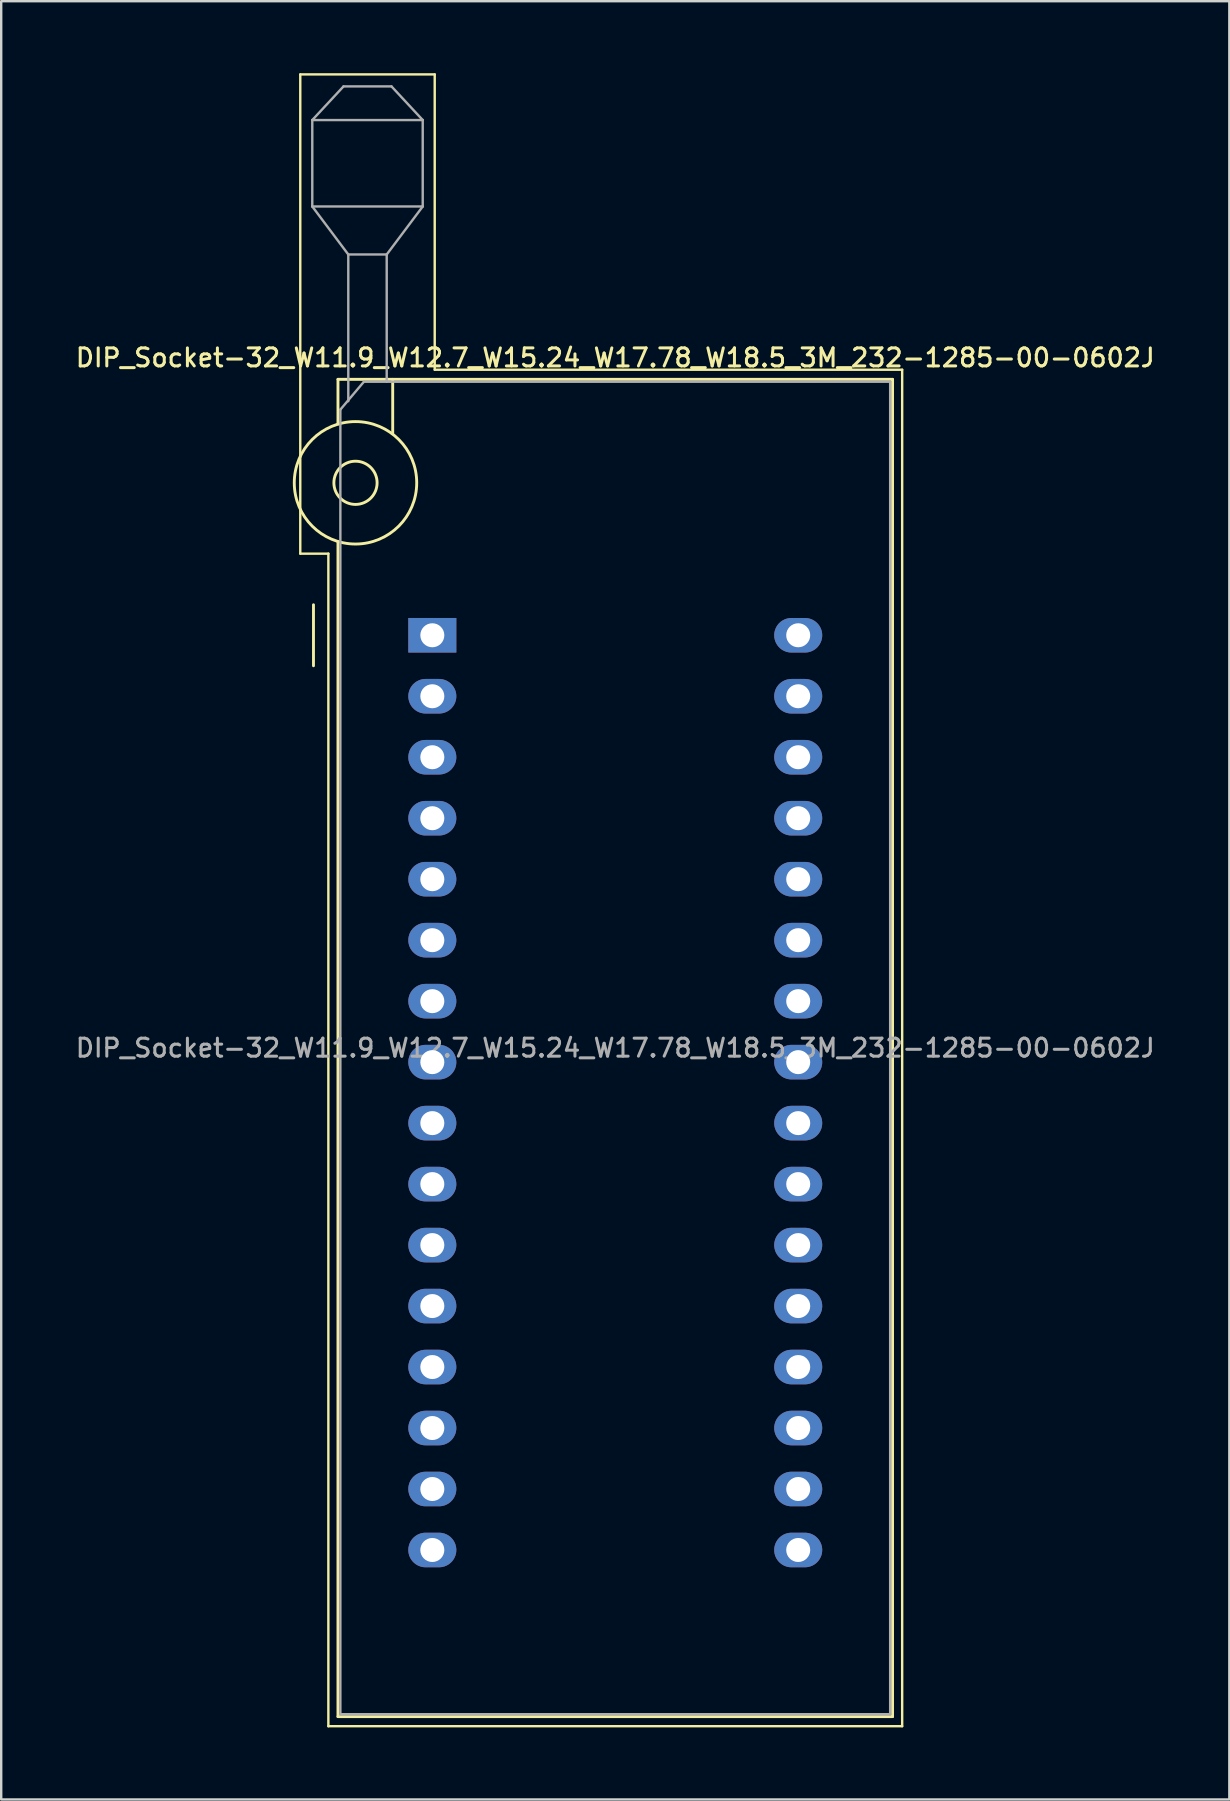
<source format=kicad_pcb>
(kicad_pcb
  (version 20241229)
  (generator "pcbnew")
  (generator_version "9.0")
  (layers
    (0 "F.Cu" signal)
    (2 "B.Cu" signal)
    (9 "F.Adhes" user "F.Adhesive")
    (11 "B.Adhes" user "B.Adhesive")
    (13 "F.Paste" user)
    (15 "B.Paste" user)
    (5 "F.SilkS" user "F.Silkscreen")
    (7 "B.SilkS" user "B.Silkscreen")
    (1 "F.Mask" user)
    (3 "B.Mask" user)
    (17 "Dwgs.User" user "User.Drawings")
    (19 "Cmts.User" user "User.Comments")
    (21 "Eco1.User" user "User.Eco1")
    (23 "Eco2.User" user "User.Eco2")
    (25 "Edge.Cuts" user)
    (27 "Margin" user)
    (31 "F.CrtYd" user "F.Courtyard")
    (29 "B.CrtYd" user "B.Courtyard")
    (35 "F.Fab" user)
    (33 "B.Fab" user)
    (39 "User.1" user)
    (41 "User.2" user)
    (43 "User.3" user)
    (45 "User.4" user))
  (footprint "DIP_Socket-32_W11.9_W12.7_W15.24_W17.78_W18.5_3M_232-1285-00-0602J"
    (layer "F.Cu")
    (at 14.957 23.41)
    (property "Reference" "DIP_Socket-32_W11.9_W12.7_W15.24_W17.78_W18.5_3M_232-1285-00-0602J" (at 7.62 -11.56 0) (layer "F.SilkS") (effects (font (size 0.75 0.75) (thickness 0.125))))
    (attr through_hole)
    (fp_line (start -5.5 -23.36) (end 0.1 -23.36) (stroke (width 0.1) (type solid)) (layer "F.SilkS"))
    (fp_line (start -5.5 -3.4) (end -5.5 -23.36) (stroke (width 0.1) (type solid)) (layer "F.SilkS"))
    (fp_line (start -4.95 1.27) (end -4.95 -1.27) (stroke (width 0.12) (type solid)) (layer "F.SilkS"))
    (fp_line (start -4.33 -3.4) (end -5.5 -3.4) (stroke (width 0.1) (type solid)) (layer "F.SilkS"))
    (fp_line (start -4.33 45.44) (end -4.33 -3.4) (stroke (width 0.1) (type solid)) (layer "F.SilkS"))
    (fp_line (start -3.93 -10.66) (end -3.93 -8.8) (stroke (width 0.12) (type solid)) (layer "F.SilkS"))
    (fp_line (start -3.93 -3.9) (end -3.93 45.04) (stroke (width 0.12) (type solid)) (layer "F.SilkS"))
    (fp_line (start -3.93 45.04) (end 19.17 45.04) (stroke (width 0.12) (type solid)) (layer "F.SilkS"))
    (fp_line (start -1.65 -10.66) (end -1.65 -8.4) (stroke (width 0.12) (type solid)) (layer "F.SilkS"))
    (fp_line (start 0.1 -23.36) (end 0.1 -11.06) (stroke (width 0.1) (type solid)) (layer "F.SilkS"))
    (fp_line (start 0.1 -11.06) (end 19.57 -11.06) (stroke (width 0.1) (type solid)) (layer "F.SilkS"))
    (fp_line (start 19.17 -10.66) (end -3.93 -10.66) (stroke (width 0.12) (type solid)) (layer "F.SilkS"))
    (fp_line (start 19.17 45.04) (end 19.17 -10.66) (stroke (width 0.12) (type solid)) (layer "F.SilkS"))
    (fp_line (start 19.57 -11.06) (end 19.57 45.44) (stroke (width 0.1) (type solid)) (layer "F.SilkS"))
    (fp_line (start 19.57 45.44) (end -4.33 45.44) (stroke (width 0.1) (type solid)) (layer "F.SilkS"))
    (fp_circle (center -3.2 -6.35) (end -2.3 -6.35) (stroke (width 0.12) (type solid)) (fill no) (layer "F.SilkS"))
    (fp_circle (center -3.2 -6.35) (end -0.65 -6.35) (stroke (width 0.12) (type solid)) (fill no) (layer "F.SilkS"))
    (fp_line (start -5 -21.46) (end -5 -17.86) (stroke (width 0.1) (type solid)) (layer "F.Fab"))
    (fp_line (start -5 -21.46) (end -3.7 -22.86) (stroke (width 0.1) (type solid)) (layer "F.Fab"))
    (fp_line (start -5 -17.86) (end -3.5 -15.86) (stroke (width 0.1) (type solid)) (layer "F.Fab"))
    (fp_line (start -5 -17.86) (end -0.4 -17.86) (stroke (width 0.1) (type solid)) (layer "F.Fab"))
    (fp_line (start -3.83 -9.4) (end -2.85 -10.56) (stroke (width 0.1) (type solid)) (layer "F.Fab"))
    (fp_line (start -3.83 44.94) (end -3.83 -9.4) (stroke (width 0.1) (type solid)) (layer "F.Fab"))
    (fp_line (start -3.7 -22.86) (end -1.7 -22.86) (stroke (width 0.1) (type solid)) (layer "F.Fab"))
    (fp_line (start -3.5 -15.86) (end -1.9 -15.86) (stroke (width 0.1) (type solid)) (layer "F.Fab"))
    (fp_line (start -3.5 -9.75) (end -3.5 -15.86) (stroke (width 0.1) (type solid)) (layer "F.Fab"))
    (fp_line (start -2.85 -10.56) (end 19.07 -10.56) (stroke (width 0.1) (type solid)) (layer "F.Fab"))
    (fp_line (start -1.9 -15.86) (end -1.9 -10.56) (stroke (width 0.1) (type solid)) (layer "F.Fab"))
    (fp_line (start -1.7 -22.86) (end -0.4 -21.46) (stroke (width 0.1) (type solid)) (layer "F.Fab"))
    (fp_line (start -0.4 -21.46) (end -5 -21.46) (stroke (width 0.1) (type solid)) (layer "F.Fab"))
    (fp_line (start -0.4 -17.86) (end -1.9 -15.86) (stroke (width 0.1) (type solid)) (layer "F.Fab"))
    (fp_line (start -0.4 -17.86) (end -0.4 -21.46) (stroke (width 0.1) (type solid)) (layer "F.Fab"))
    (fp_line (start 19.07 -10.56) (end 19.07 44.94) (stroke (width 0.1) (type solid)) (layer "F.Fab"))
    (fp_line (start 19.07 44.94) (end -3.83 44.94) (stroke (width 0.1) (type solid)) (layer "F.Fab"))
    (fp_text user "${REFERENCE}" (at 7.62 17.19 0) (layer "F.Fab") (effects (font (size 0.75 0.75) (thickness 0.125))))
    (pad "1" thru_hole rect (at 0 0) (size 2 1.44) (drill 1) (layers "*.Cu" "*.Mask"))
    (pad "2" thru_hole oval (at 0 2.54) (size 2 1.44) (drill 1) (layers "*.Cu" "*.Mask"))
    (pad "3" thru_hole oval (at 0 5.08) (size 2 1.44) (drill 1) (layers "*.Cu" "*.Mask"))
    (pad "4" thru_hole oval (at 0 7.62) (size 2 1.44) (drill 1) (layers "*.Cu" "*.Mask"))
    (pad "5" thru_hole oval (at 0 10.16) (size 2 1.44) (drill 1) (layers "*.Cu" "*.Mask"))
    (pad "6" thru_hole oval (at 0 12.7) (size 2 1.44) (drill 1) (layers "*.Cu" "*.Mask"))
    (pad "7" thru_hole oval (at 0 15.24) (size 2 1.44) (drill 1) (layers "*.Cu" "*.Mask"))
    (pad "8" thru_hole oval (at 0 17.78) (size 2 1.44) (drill 1) (layers "*.Cu" "*.Mask"))
    (pad "9" thru_hole oval (at 0 20.32) (size 2 1.44) (drill 1) (layers "*.Cu" "*.Mask"))
    (pad "10" thru_hole oval (at 0 22.86) (size 2 1.44) (drill 1) (layers "*.Cu" "*.Mask"))
    (pad "11" thru_hole oval (at 0 25.4) (size 2 1.44) (drill 1) (layers "*.Cu" "*.Mask"))
    (pad "12" thru_hole oval (at 0 27.94) (size 2 1.44) (drill 1) (layers "*.Cu" "*.Mask"))
    (pad "13" thru_hole oval (at 0 30.48) (size 2 1.44) (drill 1) (layers "*.Cu" "*.Mask"))
    (pad "14" thru_hole oval (at 0 33.02) (size 2 1.44) (drill 1) (layers "*.Cu" "*.Mask"))
    (pad "15" thru_hole oval (at 0 35.56) (size 2 1.44) (drill 1) (layers "*.Cu" "*.Mask"))
    (pad "16" thru_hole oval (at 0 38.1) (size 2 1.44) (drill 1) (layers "*.Cu" "*.Mask"))
    (pad "17" thru_hole oval (at 15.24 38.1) (size 2 1.44) (drill 1) (layers "*.Cu" "*.Mask"))
    (pad "18" thru_hole oval (at 15.24 35.56) (size 2 1.44) (drill 1) (layers "*.Cu" "*.Mask"))
    (pad "19" thru_hole oval (at 15.24 33.02) (size 2 1.44) (drill 1) (layers "*.Cu" "*.Mask"))
    (pad "20" thru_hole oval (at 15.24 30.48) (size 2 1.44) (drill 1) (layers "*.Cu" "*.Mask"))
    (pad "21" thru_hole oval (at 15.24 27.94) (size 2 1.44) (drill 1) (layers "*.Cu" "*.Mask"))
    (pad "22" thru_hole oval (at 15.24 25.4) (size 2 1.44) (drill 1) (layers "*.Cu" "*.Mask"))
    (pad "23" thru_hole oval (at 15.24 22.86) (size 2 1.44) (drill 1) (layers "*.Cu" "*.Mask"))
    (pad "24" thru_hole oval (at 15.24 20.32) (size 2 1.44) (drill 1) (layers "*.Cu" "*.Mask"))
    (pad "25" thru_hole oval (at 15.24 17.78) (size 2 1.44) (drill 1) (layers "*.Cu" "*.Mask"))
    (pad "26" thru_hole oval (at 15.24 15.24) (size 2 1.44) (drill 1) (layers "*.Cu" "*.Mask"))
    (pad "27" thru_hole oval (at 15.24 12.7) (size 2 1.44) (drill 1) (layers "*.Cu" "*.Mask"))
    (pad "28" thru_hole oval (at 15.24 10.16) (size 2 1.44) (drill 1) (layers "*.Cu" "*.Mask"))
    (pad "29" thru_hole oval (at 15.24 7.62) (size 2 1.44) (drill 1) (layers "*.Cu" "*.Mask"))
    (pad "30" thru_hole oval (at 15.24 5.08) (size 2 1.44) (drill 1) (layers "*.Cu" "*.Mask"))
    (pad "31" thru_hole oval (at 15.24 2.54) (size 2 1.44) (drill 1) (layers "*.Cu" "*.Mask"))
    (pad "32" thru_hole oval (at 15.24 0) (size 2 1.44) (drill 1) (layers "*.Cu" "*.Mask")))
  (gr_rect
    (start -3 -3)
    (end 48.154 71.9)
    (stroke (width 0.1) (type default))
    (fill no)
    (layer "Edge.Cuts")))
</source>
